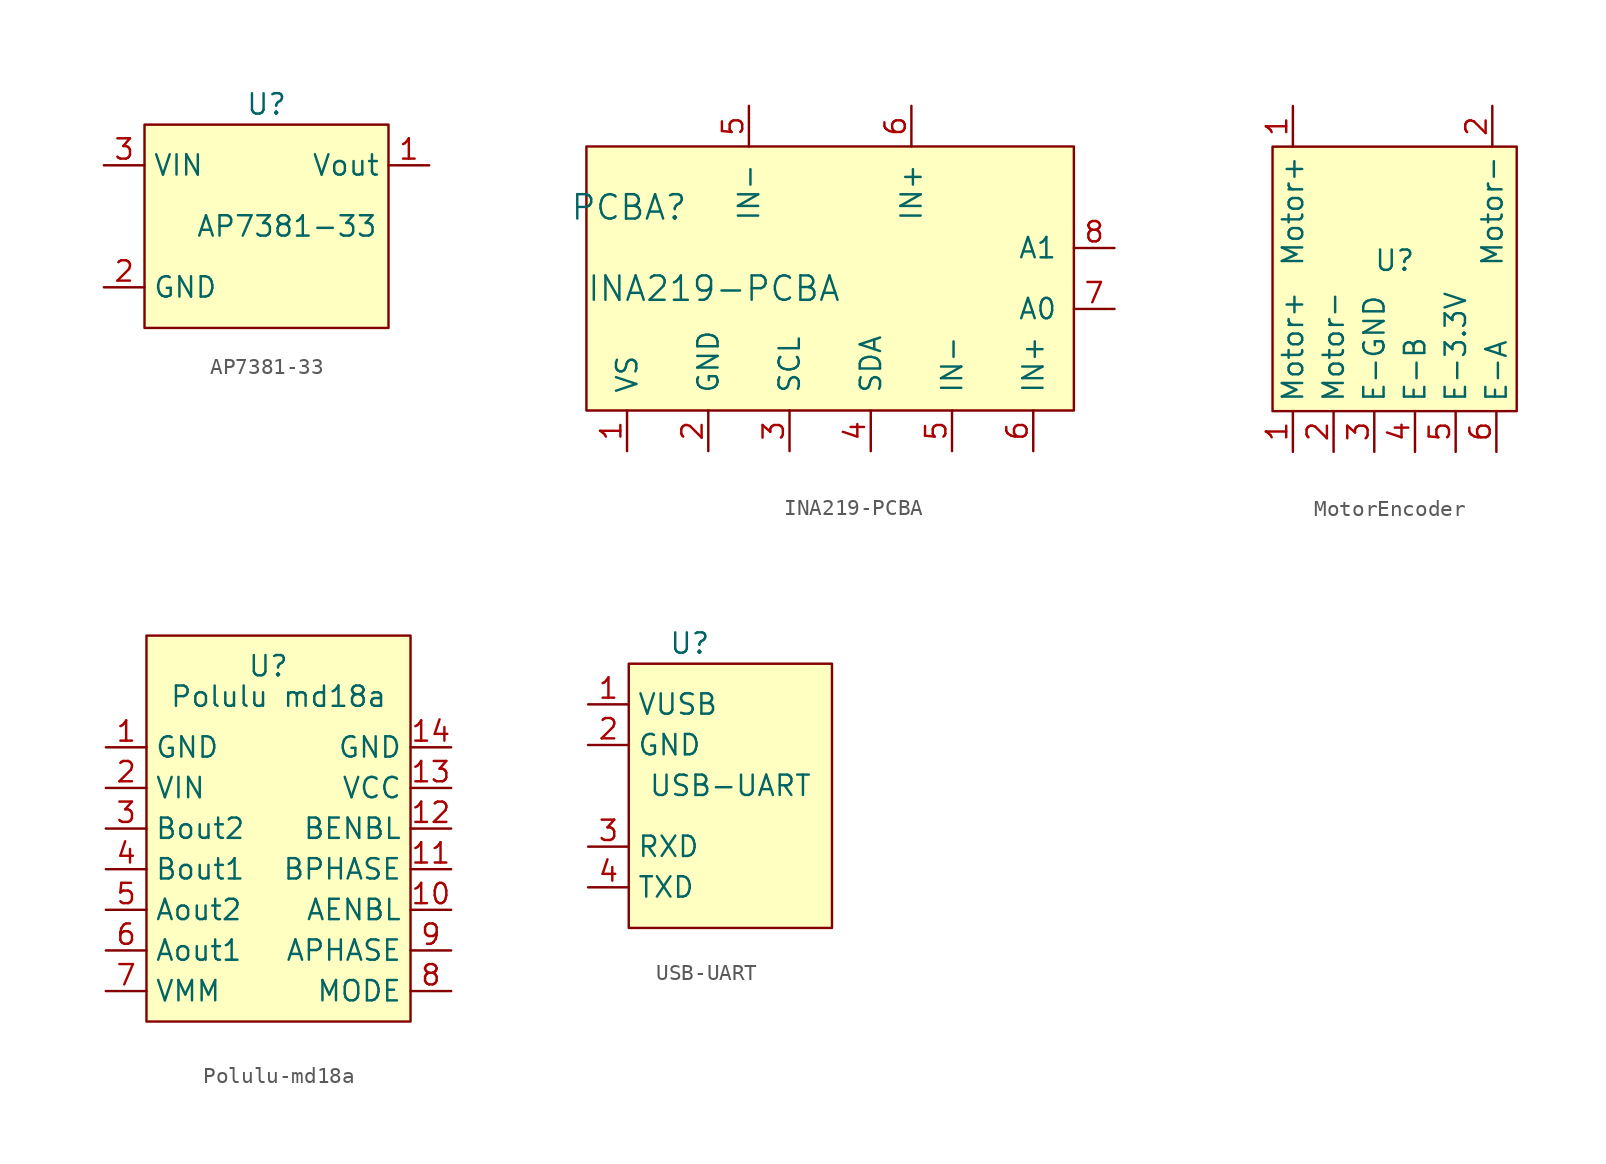
<source format=kicad_sym>
(kicad_symbol_lib
  (version 20220914)
  (generator kicad_symbol_editor)
  (symbol "AP7381-33"
    (property "Reference" "U"
      (at 0 6.35 0)
      (effects (font (size 1.27 1.27))))
    (property "Value" "AP7381-33"
      (at 1.27 -1.27 0)
      (effects (font (size 1.27 1.27))))
    (symbol "AP7381-33_0_0"
      (pin power_out line (at 10.16 2.54 180) (length 2.54) (name "Vout" (effects (font (size 1.27 1.27)))) (number "1" (effects (font (size 1.27 1.27)))))
      (pin unspecified line (at -10.16 -5.08 0) (length 2.54) (name "GND" (effects (font (size 1.27 1.27)))) (number "2" (effects (font (size 1.27 1.27)))))
      (pin input line (at -10.16 2.54 0) (length 2.54) (name "VIN" (effects (font (size 1.27 1.27)))) (number "3" (effects (font (size 1.27 1.27))))))
    (symbol "AP7381-33_1_1"
      (rectangle (start -7.62 5.08) (end 7.62 -7.62) (stroke (width 0) (type default)) (fill (type background)))))
  (symbol "INA219-PCBA"
    (pin_names
      (offset 1.016))
    (property "Reference" "PCBA"
      (at -8.89 2.54 0)
      (effects (font (size 1.524 1.524)) (justify right)))
    (property "Value" "INA219-PCBA"
      (at -15.24 -2.54 0)
      (effects (font (size 1.524 1.524)) (justify left)))
    (symbol "INA219-PCBA_0_1"
      (rectangle (start -15.24 6.35) (end 15.24 -10.16) (stroke (width 0) (type solid)) (fill (type background))))
    (symbol "INA219-PCBA_1_1"
      (pin power_in line (at -12.7 -12.7 90) (length 2.54) (name "VS" (effects (font (size 1.27 1.27)))) (number "1" (effects (font (size 1.27 1.27)))))
      (pin power_in line (at -7.62 -12.7 90) (length 2.54) (name "GND" (effects (font (size 1.27 1.27)))) (number "2" (effects (font (size 1.27 1.27)))))
      (pin input line (at -2.54 -12.7 90) (length 2.54) (name "SCL" (effects (font (size 1.27 1.27)))) (number "3" (effects (font (size 1.27 1.27)))))
      (pin bidirectional line (at 2.54 -12.7 90) (length 2.54) (name "SDA" (effects (font (size 1.27 1.27)))) (number "4" (effects (font (size 1.27 1.27)))))
      (pin input line (at -5.08 8.89 270) (length 2.54) (name "IN-" (effects (font (size 1.27 1.27)))) (number "5" (effects (font (size 1.27 1.27)))))
      (pin input line (at 7.62 -12.7 90) (length 2.54) (name "IN-" (effects (font (size 1.27 1.27)))) (number "5" (effects (font (size 1.27 1.27)))))
      (pin input line (at 5.08 8.89 270) (length 2.54) (name "IN+" (effects (font (size 1.27 1.27)))) (number "6" (effects (font (size 1.27 1.27)))))
      (pin input line (at 12.7 -12.7 90) (length 2.54) (name "IN+" (effects (font (size 1.27 1.27)))) (number "6" (effects (font (size 1.27 1.27)))))
      (pin input line (at 17.78 -3.81 180) (length 2.54) (name "A0" (effects (font (size 1.27 1.27)))) (number "7" (effects (font (size 1.27 1.27)))))
      (pin input line (at 17.78 0 180) (length 2.54) (name "A1" (effects (font (size 1.27 1.27)))) (number "8" (effects (font (size 1.27 1.27)))))))
  (symbol "MotorEncoder"
    (property "Reference" "U"
      (at 0.635 11.938 0)
      (effects (font (size 1.27 1.27))))
    (property "Value" ""
      (at -6.35 0 90)
      (effects (font (size 1.27 1.27))))
    (symbol "MotorEncoder_0_0"
      (pin unspecified line (at -5.715 0 90) (length 2.54) (name "Motor+" (effects (font (size 1.27 1.27)))) (number "1" (effects (font (size 1.27 1.27)))))
      (pin unspecified line (at -5.715 21.59 270) (length 2.54) (name "Motor+" (effects (font (size 1.27 1.27)))) (number "1" (effects (font (size 1.27 1.27)))))
      (pin unspecified line (at -3.175 0 90) (length 2.54) (name "Motor-" (effects (font (size 1.27 1.27)))) (number "2" (effects (font (size 1.27 1.27)))))
      (pin unspecified line (at 6.731 21.59 270) (length 2.54) (name "Motor-" (effects (font (size 1.27 1.27)))) (number "2" (effects (font (size 1.27 1.27)))))
      (pin unspecified line (at -0.635 0 90) (length 2.54) (name "E-GND" (effects (font (size 1.27 1.27)))) (number "3" (effects (font (size 1.27 1.27)))))
      (pin unspecified line (at 1.905 0 90) (length 2.54) (name "E-B" (effects (font (size 1.27 1.27)))) (number "4" (effects (font (size 1.27 1.27)))))
      (pin unspecified line (at 4.445 0 90) (length 2.54) (name "E-3.3V" (effects (font (size 1.27 1.27)))) (number "5" (effects (font (size 1.27 1.27)))))
      (pin unspecified line (at 6.985 0 90) (length 2.54) (name "E-A" (effects (font (size 1.27 1.27)))) (number "6" (effects (font (size 1.27 1.27))))))
    (symbol "MotorEncoder_1_1"
      (rectangle (start -6.985 19.05) (end 8.255 2.54) (stroke (width 0) (type default)) (fill (type background)))))
  (symbol "Polulu-md18a"
    (property "Reference" "U"
      (at -0.635 4.445 0)
      (effects (font (size 1.27 1.27))))
    (property "Value" "Polulu md18a"
      (at 0 2.54 0)
      (effects (font (size 1.27 1.27))))
    (symbol "Polulu-md18a_0_0"
      (pin unspecified line (at -10.795 -0.635 0) (length 2.54) (name "GND" (effects (font (size 1.27 1.27)))) (number "1" (effects (font (size 1.27 1.27)))))
      (pin unspecified line (at 10.795 -10.795 180) (length 2.54) (name "AENBL" (effects (font (size 1.27 1.27)))) (number "10" (effects (font (size 1.27 1.27)))))
      (pin unspecified line (at 10.795 -8.255 180) (length 2.54) (name "BPHASE" (effects (font (size 1.27 1.27)))) (number "11" (effects (font (size 1.27 1.27)))))
      (pin unspecified line (at 10.795 -5.715 180) (length 2.54) (name "BENBL" (effects (font (size 1.27 1.27)))) (number "12" (effects (font (size 1.27 1.27)))))
      (pin unspecified line (at 10.795 -3.175 180) (length 2.54) (name "VCC" (effects (font (size 1.27 1.27)))) (number "13" (effects (font (size 1.27 1.27)))))
      (pin unspecified line (at 10.795 -0.635 180) (length 2.54) (name "GND" (effects (font (size 1.27 1.27)))) (number "14" (effects (font (size 1.27 1.27)))))
      (pin unspecified line (at -10.795 -3.175 0) (length 2.54) (name "VIN" (effects (font (size 1.27 1.27)))) (number "2" (effects (font (size 1.27 1.27)))))
      (pin unspecified line (at -10.795 -5.715 0) (length 2.54) (name "Bout2" (effects (font (size 1.27 1.27)))) (number "3" (effects (font (size 1.27 1.27)))))
      (pin unspecified line (at -10.795 -8.255 0) (length 2.54) (name "Bout1" (effects (font (size 1.27 1.27)))) (number "4" (effects (font (size 1.27 1.27)))))
      (pin unspecified line (at -10.795 -10.795 0) (length 2.54) (name "Aout2" (effects (font (size 1.27 1.27)))) (number "5" (effects (font (size 1.27 1.27)))))
      (pin unspecified line (at -10.795 -13.335 0) (length 2.54) (name "Aout1" (effects (font (size 1.27 1.27)))) (number "6" (effects (font (size 1.27 1.27)))))
      (pin unspecified line (at -10.795 -15.875 0) (length 2.54) (name "VMM" (effects (font (size 1.27 1.27)))) (number "7" (effects (font (size 1.27 1.27)))))
      (pin unspecified line (at 10.795 -15.875 180) (length 2.54) (name "MODE" (effects (font (size 1.27 1.27)))) (number "8" (effects (font (size 1.27 1.27)))))
      (pin unspecified line (at 10.795 -13.335 180) (length 2.54) (name "APHASE" (effects (font (size 1.27 1.27)))) (number "9" (effects (font (size 1.27 1.27))))))
    (symbol "Polulu-md18a_1_1"
      (rectangle (start -8.255 6.35) (end 8.255 -17.78) (stroke (width 0) (type default)) (fill (type background)))))
  (symbol "USB-UART"
    (property "Reference" "U"
      (at 0 3.81 0)
      (effects (font (size 1.27 1.27))))
    (property "Value" "USB-UART"
      (at 2.54 -5.08 0)
      (effects (font (size 1.27 1.27))))
    (symbol "USB-UART_0_0"
      (pin power_out line (at -6.35 0 0) (length 2.54) (name "VUSB" (effects (font (size 1.27 1.27)))) (number "1" (effects (font (size 1.27 1.27)))))
      (pin bidirectional line (at -6.35 -2.54 0) (length 2.54) (name "GND" (effects (font (size 1.27 1.27)))) (number "2" (effects (font (size 1.27 1.27)))))
      (pin input line (at -6.35 -8.89 0) (length 2.54) (name "RXD" (effects (font (size 1.27 1.27)))) (number "3" (effects (font (size 1.27 1.27)))))
      (pin output line (at -6.35 -11.43 0) (length 2.54) (name "TXD" (effects (font (size 1.27 1.27)))) (number "4" (effects (font (size 1.27 1.27))))))
    (symbol "USB-UART_1_1"
      (rectangle (start -3.81 2.54) (end 8.89 -13.97) (stroke (width 0) (type default)) (fill (type background))))))
</source>
